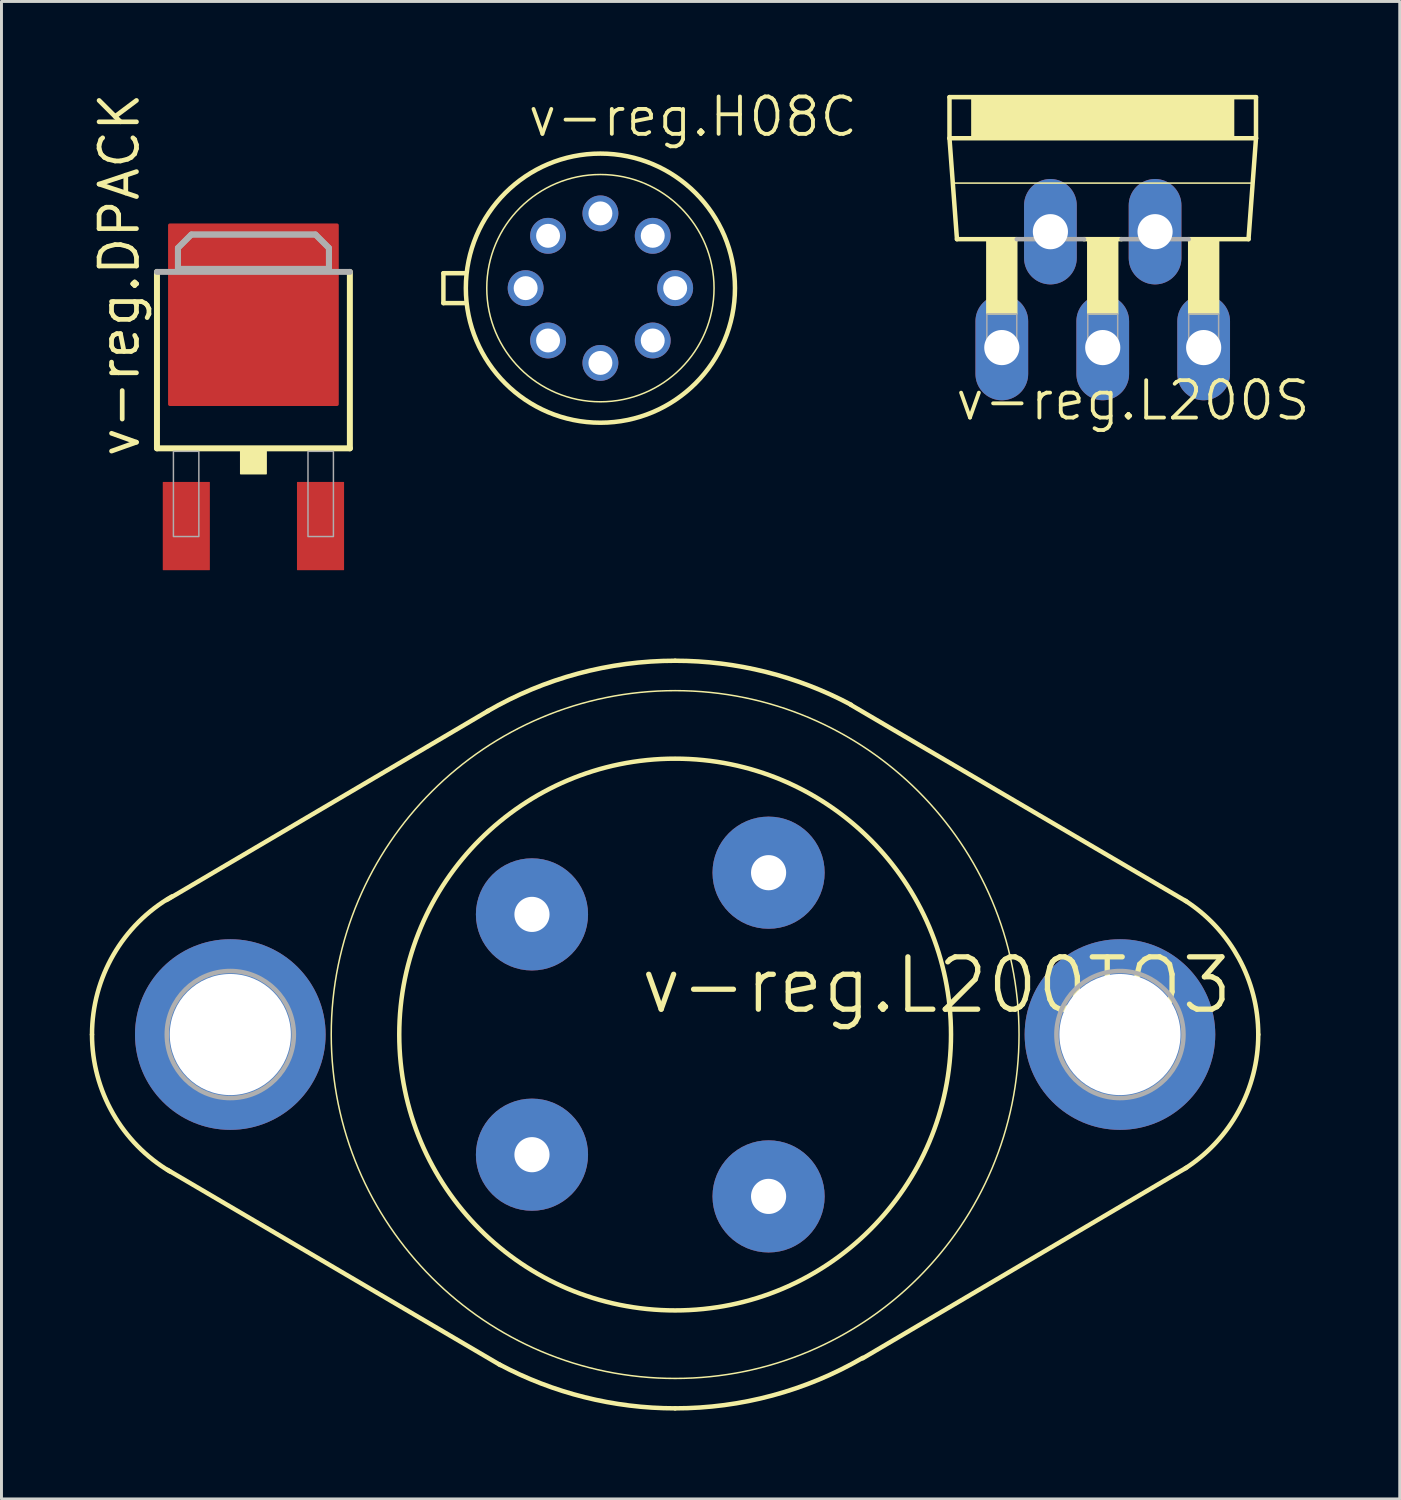
<source format=kicad_pcb>
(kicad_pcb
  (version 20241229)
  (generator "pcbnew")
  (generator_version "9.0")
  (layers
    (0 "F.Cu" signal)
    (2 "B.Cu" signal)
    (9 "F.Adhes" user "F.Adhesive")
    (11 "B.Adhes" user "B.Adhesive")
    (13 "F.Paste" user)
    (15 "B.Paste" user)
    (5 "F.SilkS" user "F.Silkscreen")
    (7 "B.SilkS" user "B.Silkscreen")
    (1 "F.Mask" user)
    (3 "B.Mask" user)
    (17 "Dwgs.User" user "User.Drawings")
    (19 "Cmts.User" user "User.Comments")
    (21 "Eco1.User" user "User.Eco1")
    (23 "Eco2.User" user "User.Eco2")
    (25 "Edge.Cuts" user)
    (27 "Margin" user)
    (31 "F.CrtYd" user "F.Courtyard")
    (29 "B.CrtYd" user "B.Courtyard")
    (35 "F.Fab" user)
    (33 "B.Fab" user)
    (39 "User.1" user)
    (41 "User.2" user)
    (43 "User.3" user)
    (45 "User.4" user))
  (footprint "v-reg.DPACK"
    (layer "F.Cu")
    (at 5.56 10.023)
    (property "Reference" "v-reg.DPACK" (at -3.81 2.54 90) (layer "F.SilkS") (effects (font (size 1.27 1.27) (thickness 0.16)) (justify left bottom)))
    (attr smd)
    (fp_line (start -3.277 2.159) (end -3.277 -3.835) (stroke (width 0.203) (type default)) (layer "F.SilkS"))
    (fp_line (start 3.277 -3.835) (end 3.277 2.159) (stroke (width 0.203) (type default)) (layer "F.SilkS"))
    (fp_line (start 3.277 2.159) (end -3.277 2.159) (stroke (width 0.203) (type default)) (layer "F.SilkS"))
    (fp_rect (start -0.432 3.023) (end 0.432 2.261) (stroke (width 0.05) (type default)) (fill yes) (layer "F.SilkS"))
    (fp_line (start -3.277 -3.835) (end 3.277 -3.835) (stroke (width 0.203) (type default)) (layer "F.Fab"))
    (fp_line (start -2.565 -4.648) (end -2.108 -5.105) (stroke (width 0.203) (type default)) (layer "F.Fab"))
    (fp_line (start -2.565 -3.937) (end -2.565 -4.648) (stroke (width 0.203) (type default)) (layer "F.Fab"))
    (fp_line (start -2.108 -5.105) (end 2.108 -5.105) (stroke (width 0.203) (type default)) (layer "F.Fab"))
    (fp_line (start 2.108 -5.105) (end 2.565 -4.648) (stroke (width 0.203) (type default)) (layer "F.Fab"))
    (fp_line (start 2.565 -4.648) (end 2.565 -3.937) (stroke (width 0.203) (type default)) (layer "F.Fab"))
    (fp_line (start 2.565 -3.937) (end -2.565 -3.937) (stroke (width 0.203) (type default)) (layer "F.Fab"))
    (fp_rect (start -2.718 5.156) (end -1.854 2.261) (stroke (width 0.05) (type default)) (fill no) (layer "F.Fab"))
    (fp_rect (start 1.854 5.156) (end 2.718 2.261) (stroke (width 0.05) (type default)) (fill no) (layer "F.Fab"))
    (fp_poly (pts (xy -2.565 -3.937) (xy -2.565 -4.648) (xy -2.108 -5.105) (xy 2.108 -5.105) (xy 2.565 -4.648) (xy 2.565 -3.937)) (stroke (width 0.2) (type default)) (fill no) (layer "F.Fab"))
    (pad "1" smd roundrect (at -2.28 4.8) (size 1.6 3) (layers "F.Cu" "F.Mask" "F.Paste") (roundrect_rratio 0.01))
    (pad "3" smd roundrect (at 2.28 4.8) (size 1.6 3) (layers "F.Cu" "F.Mask" "F.Paste") (roundrect_rratio 0.01))
    (pad "4" smd roundrect (at 0 -2.38) (size 5.8 6.2) (layers "F.Cu" "F.Mask" "F.Paste") (roundrect_rratio 0.01)))
  (footprint "v-reg.L200TO3"
    (layer "F.Cu")
    (at 19.888 32.099)
    (property "Reference" "v-reg.L200TO3" (at -1.27 -0.635 0) (layer "F.SilkS") (effects (font (size 1.778 1.778) (thickness 0.18)) (justify left bottom)))
    (attr through_hole)
    (fp_line (start -6.35 -10.998) (end -17.272 -4.572) (stroke (width 0.152) (type default)) (layer "F.SilkS"))
    (fp_line (start -5.944 11.227) (end -17.247 4.597) (stroke (width 0.152) (type default)) (layer "F.SilkS"))
    (fp_line (start 0 0) (end 0.081 -0.14) (stroke (width 0.001) (type default)) (layer "F.SilkS"))
    (fp_line (start 5.969 -11.201) (end 17.374 -4.521) (stroke (width 0.152) (type default)) (layer "F.SilkS"))
    (fp_line (start 6.375 10.998) (end 17.374 4.521) (stroke (width 0.152) (type default)) (layer "F.SilkS"))
    (fp_arc (start -19.812 0) (mid -19.08306 -2.712168) (end -17.0927 -4.6935) (stroke (width 0.1524) (type default)) (layer "F.SilkS"))
    (fp_arc (start -17.1555 4.657) (mid -19.101186 2.680705) (end -19.812 0) (stroke (width 0.1524) (type default)) (layer "F.SilkS"))
    (fp_arc (start -6.3718 -10.9859) (mid -3.299165 -12.263989) (end 0 -12.7) (stroke (width 0.1524) (type default)) (layer "F.SilkS"))
    (fp_arc (start 0 -12.7) (mid 3.080216 -12.320822) (end 5.9765 -11.2059) (stroke (width 0.1524) (type default)) (layer "F.SilkS"))
    (fp_arc (start 0 12.7) (mid -3.080216 12.320822) (end -5.9765 11.2059) (stroke (width 0.1524) (type default)) (layer "F.SilkS"))
    (fp_arc (start 6.3718 10.9859) (mid 3.299165 12.263989) (end 0 12.7) (stroke (width 0.1524) (type default)) (layer "F.SilkS"))
    (fp_arc (start 17.3366 -4.545) (mid 19.153012 -2.587691) (end 19.812 0) (stroke (width 0.1524) (type default)) (layer "F.SilkS"))
    (fp_arc (start 19.812 0) (mid 19.153012 2.587691) (end 17.3366 4.545) (stroke (width 0.1524) (type default)) (layer "F.SilkS"))
    (fp_circle (center 0 0) (end 9.373 0) (stroke (width 0.152) (type default)) (fill no) (layer "F.SilkS"))
    (fp_circle (center 0 0) (end 11.684 0) (stroke (width 0.051) (type default)) (fill no) (layer "F.SilkS"))
    (fp_circle (center -15.113 0) (end -12.954 0) (stroke (width 0.152) (type default)) (fill no) (layer "F.Fab"))
    (fp_circle (center 15.113 0) (end 17.272 0) (stroke (width 0.152) (type default)) (fill no) (layer "F.Fab"))
    (pad "1" thru_hole circle (at -4.864 4.082) (size 3.81 3.81) (drill 1.194) (layers "*.Cu" "*.Mask"))
    (pad "2" thru_hole circle (at 3.175 5.499) (size 3.81 3.81) (drill 1.194) (layers "*.Cu" "*.Mask"))
    (pad "3" thru_hole circle (at 15.113 0) (size 6.477 6.477) (drill 4.115) (layers "*.Cu" "*.Mask"))
    (pad "4" thru_hole circle (at 3.175 -5.499) (size 3.81 3.81) (drill 1.194) (layers "*.Cu" "*.Mask"))
    (pad "5" thru_hole circle (at -4.864 -4.082) (size 3.81 3.81) (drill 1.194) (layers "*.Cu" "*.Mask"))
    (pad "6" thru_hole circle (at -15.113 0) (size 6.477 6.477) (drill 4.115) (layers "*.Cu" "*.Mask")))
  (footprint "v-reg.H08C"
    (layer "F.Cu")
    (at 17.349 6.74)
    (property "Reference" "v-reg.H08C" (at -2.54 -5.08 0) (layer "F.SilkS") (effects (font (size 1.27 1.27) (thickness 0.13)) (justify left bottom)))
    (attr through_hole)
    (fp_line (start -5.334 0.508) (end -5.334 -0.508) (stroke (width 0.152) (type default)) (layer "F.SilkS"))
    (fp_line (start -5.334 0.508) (end -4.572 0.508) (stroke (width 0.152) (type default)) (layer "F.SilkS"))
    (fp_line (start -4.572 -0.508) (end -5.334 -0.508) (stroke (width 0.152) (type default)) (layer "F.SilkS"))
    (fp_circle (center 0 0) (end 3.861 0) (stroke (width 0.051) (type default)) (fill no) (layer "F.SilkS"))
    (fp_circle (center 0 0) (end 4.572 0) (stroke (width 0.152) (type default)) (fill no) (layer "F.SilkS"))
    (pad "1" thru_hole circle (at -1.778 1.778) (size 1.219 1.219) (drill 0.813) (layers "*.Cu" "*.Mask"))
    (pad "2" thru_hole circle (at 0 2.54) (size 1.219 1.219) (drill 0.813) (layers "*.Cu" "*.Mask"))
    (pad "3" thru_hole circle (at 1.778 1.778) (size 1.219 1.219) (drill 0.813) (layers "*.Cu" "*.Mask"))
    (pad "4" thru_hole circle (at 2.54 0) (size 1.219 1.219) (drill 0.813) (layers "*.Cu" "*.Mask"))
    (pad "5" thru_hole circle (at 1.778 -1.778) (size 1.219 1.219) (drill 0.813) (layers "*.Cu" "*.Mask"))
    (pad "6" thru_hole circle (at 0 -2.54) (size 1.219 1.219) (drill 0.813) (layers "*.Cu" "*.Mask"))
    (pad "7" thru_hole circle (at -1.778 -1.778) (size 1.219 1.219) (drill 0.813) (layers "*.Cu" "*.Mask"))
    (pad "8" thru_hole circle (at -2.54 0) (size 1.219 1.219) (drill 0.813) (layers "*.Cu" "*.Mask")))
  (footprint "v-reg.L200S"
    (layer "F.Cu")
    (at 34.416 0.25)
    (property "Reference" "v-reg.L200S" (at -5.08 11.049 0) (layer "F.SilkS") (effects (font (size 1.27 1.27) (thickness 0.13)) (justify left bottom)))
    (attr through_hole)
    (fp_line (start -5.207 0) (end -5.207 1.397) (stroke (width 0.152) (type default)) (layer "F.SilkS"))
    (fp_line (start -5.207 1.397) (end -4.953 4.826) (stroke (width 0.152) (type default)) (layer "F.SilkS"))
    (fp_line (start -5.207 1.397) (end 5.207 1.397) (stroke (width 0.152) (type default)) (layer "F.SilkS"))
    (fp_line (start -4.953 4.826) (end -2.921 4.826) (stroke (width 0.152) (type default)) (layer "F.SilkS"))
    (fp_line (start 0.635 4.826) (end -0.635 4.826) (stroke (width 0.152) (type default)) (layer "F.SilkS"))
    (fp_line (start 4.953 4.826) (end 2.921 4.826) (stroke (width 0.152) (type default)) (layer "F.SilkS"))
    (fp_line (start 5.08 2.921) (end -5.08 2.921) (stroke (width 0.051) (type default)) (layer "F.SilkS"))
    (fp_line (start 5.207 0) (end -5.207 0) (stroke (width 0.152) (type default)) (layer "F.SilkS"))
    (fp_line (start 5.207 0) (end 5.207 1.397) (stroke (width 0.152) (type default)) (layer "F.SilkS"))
    (fp_line (start 5.207 1.397) (end 4.953 4.826) (stroke (width 0.152) (type default)) (layer "F.SilkS"))
    (fp_rect (start -4.445 1.397) (end 4.445 0) (stroke (width 0.05) (type default)) (fill yes) (layer "F.SilkS"))
    (fp_rect (start -3.937 7.366) (end -2.921 4.826) (stroke (width 0.05) (type default)) (fill yes) (layer "F.SilkS"))
    (fp_rect (start -0.508 7.366) (end 0.508 4.826) (stroke (width 0.05) (type default)) (fill yes) (layer "F.SilkS"))
    (fp_rect (start 2.921 7.366) (end 3.937 4.826) (stroke (width 0.05) (type default)) (fill yes) (layer "F.SilkS"))
    (fp_line (start -2.921 4.826) (end -0.635 4.826) (stroke (width 0.152) (type default)) (layer "F.Fab"))
    (fp_line (start 2.921 4.826) (end 0.635 4.826) (stroke (width 0.152) (type default)) (layer "F.Fab"))
    (fp_rect (start -3.937 8.509) (end -2.921 7.366) (stroke (width 0.05) (type default)) (fill no) (layer "F.Fab"))
    (fp_rect (start -0.508 8.509) (end 0.508 7.366) (stroke (width 0.05) (type default)) (fill no) (layer "F.Fab"))
    (fp_rect (start 2.921 8.509) (end 3.937 7.366) (stroke (width 0.05) (type default)) (fill no) (layer "F.Fab"))
    (pad "1" thru_hole oval (at -3.429 8.509 90) (size 3.581 1.791) (drill 1.194) (layers "*.Cu" "*.Mask"))
    (pad "2" thru_hole oval (at -1.778 4.572 90) (size 3.581 1.791) (drill 1.194) (layers "*.Cu" "*.Mask"))
    (pad "3" thru_hole oval (at 0 8.509 90) (size 3.581 1.791) (drill 1.194) (layers "*.Cu" "*.Mask"))
    (pad "4" thru_hole oval (at 1.778 4.572 90) (size 3.581 1.791) (drill 1.194) (layers "*.Cu" "*.Mask"))
    (pad "5" thru_hole oval (at 3.429 8.509 90) (size 3.581 1.791) (drill 1.194) (layers "*.Cu" "*.Mask")))
  (gr_rect
    (start -3 -3)
    (end 44.507 47.876)
    (stroke (width 0.1) (type default))
    (fill no)
    (layer "Edge.Cuts")))
</source>
